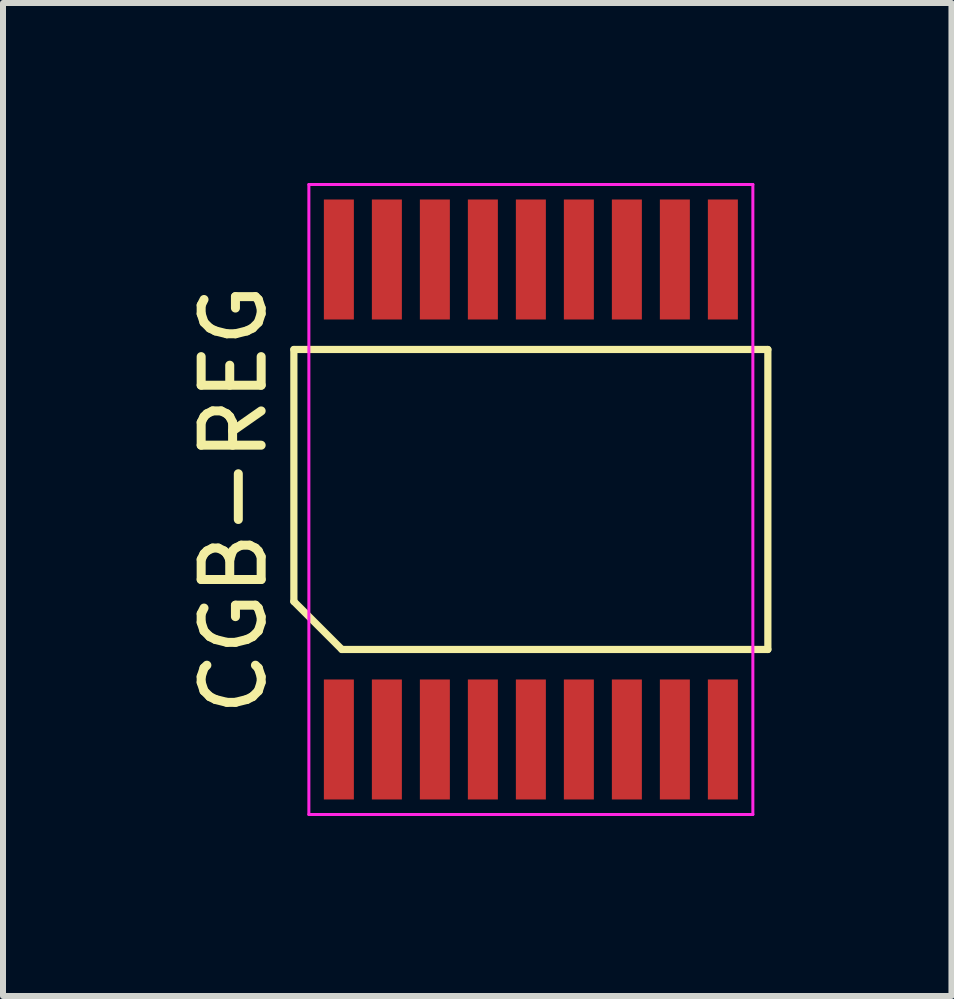
<source format=kicad_pcb>
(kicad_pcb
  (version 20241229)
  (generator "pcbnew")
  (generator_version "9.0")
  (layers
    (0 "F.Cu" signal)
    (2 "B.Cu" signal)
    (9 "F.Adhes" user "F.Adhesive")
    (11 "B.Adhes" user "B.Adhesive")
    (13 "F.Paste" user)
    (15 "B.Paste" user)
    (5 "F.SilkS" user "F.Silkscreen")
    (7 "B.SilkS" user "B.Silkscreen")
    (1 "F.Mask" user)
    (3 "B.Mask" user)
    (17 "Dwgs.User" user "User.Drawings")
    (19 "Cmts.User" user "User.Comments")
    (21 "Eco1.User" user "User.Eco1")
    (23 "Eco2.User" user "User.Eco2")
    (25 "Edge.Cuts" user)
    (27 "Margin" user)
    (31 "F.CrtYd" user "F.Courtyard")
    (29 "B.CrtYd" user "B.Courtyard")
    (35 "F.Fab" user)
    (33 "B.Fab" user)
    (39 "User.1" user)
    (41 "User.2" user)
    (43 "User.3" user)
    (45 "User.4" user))
  (footprint "CGB-REG"
    (layer "F.Cu")
    (at 5.798 5.275)
    (property "Reference" "CGB-REG" (at -4.95 0 90) (layer "F.SilkS") (effects (font (size 1 1) (thickness 0.15))))
    (attr smd)
    (fp_line (start -3.95 -2.5) (end 3.95 -2.5) (stroke (width 0.12) (type default)) (layer "F.SilkS"))
    (fp_line (start -3.95 1.7) (end -3.95 -2.5) (stroke (width 0.12) (type default)) (layer "F.SilkS"))
    (fp_line (start -3.15 2.5) (end -3.95 1.7) (stroke (width 0.12) (type default)) (layer "F.SilkS"))
    (fp_line (start 3.95 -2.5) (end 3.95 2.5) (stroke (width 0.12) (type default)) (layer "F.SilkS"))
    (fp_line (start 3.95 2.5) (end -3.15 2.5) (stroke (width 0.12) (type default)) (layer "F.SilkS"))
    (fp_line (start -3.7 -5.25) (end 3.7 -5.25) (stroke (width 0.05) (type default)) (layer "F.CrtYd"))
    (fp_line (start -3.7 5.25) (end -3.7 -5.25) (stroke (width 0.05) (type default)) (layer "F.CrtYd"))
    (fp_line (start 3.7 -5.25) (end 3.7 5.25) (stroke (width 0.05) (type default)) (layer "F.CrtYd"))
    (fp_line (start 3.7 5.25) (end -3.7 5.25) (stroke (width 0.05) (type default)) (layer "F.CrtYd"))
    (pad "1" smd rect (at -3.2 4) (size 0.5 2) (layers "F.Cu" "F.Mask" "F.Paste"))
    (pad "2" smd rect (at -2.4 4) (size 0.5 2) (layers "F.Cu" "F.Mask" "F.Paste"))
    (pad "3" smd rect (at -1.6 4) (size 0.5 2) (layers "F.Cu" "F.Mask" "F.Paste"))
    (pad "4" smd rect (at -0.8 4) (size 0.5 2) (layers "F.Cu" "F.Mask" "F.Paste"))
    (pad "5" smd rect (at 0 4) (size 0.5 2) (layers "F.Cu" "F.Mask" "F.Paste"))
    (pad "6" smd rect (at 0.8 4) (size 0.5 2) (layers "F.Cu" "F.Mask" "F.Paste"))
    (pad "7" smd rect (at 1.6 4) (size 0.5 2) (layers "F.Cu" "F.Mask" "F.Paste"))
    (pad "8" smd rect (at 2.4 4) (size 0.5 2) (layers "F.Cu" "F.Mask" "F.Paste"))
    (pad "9" smd rect (at 3.2 4) (size 0.5 2) (layers "F.Cu" "F.Mask" "F.Paste"))
    (pad "10" smd rect (at 3.2 -4) (size 0.5 2) (layers "F.Cu" "F.Mask" "F.Paste"))
    (pad "11" smd rect (at 2.4 -4) (size 0.5 2) (layers "F.Cu" "F.Mask" "F.Paste"))
    (pad "12" smd rect (at 1.6 -4) (size 0.5 2) (layers "F.Cu" "F.Mask" "F.Paste"))
    (pad "13" smd rect (at 0.8 -4) (size 0.5 2) (layers "F.Cu" "F.Mask" "F.Paste"))
    (pad "14" smd rect (at 0 -4) (size 0.5 2) (layers "F.Cu" "F.Mask" "F.Paste"))
    (pad "15" smd rect (at -0.8 -4) (size 0.5 2) (layers "F.Cu" "F.Mask" "F.Paste"))
    (pad "16" smd rect (at -1.6 -4) (size 0.5 2) (layers "F.Cu" "F.Mask" "F.Paste"))
    (pad "17" smd rect (at -2.4 -4) (size 0.5 2) (layers "F.Cu" "F.Mask" "F.Paste"))
    (pad "18" smd rect (at -3.2 -4) (size 0.5 2) (layers "F.Cu" "F.Mask" "F.Paste")))
  (gr_rect
    (start -3 -3)
    (end 12.808 13.55)
    (stroke (width 0.1) (type default))
    (fill no)
    (layer "Edge.Cuts")))
</source>
